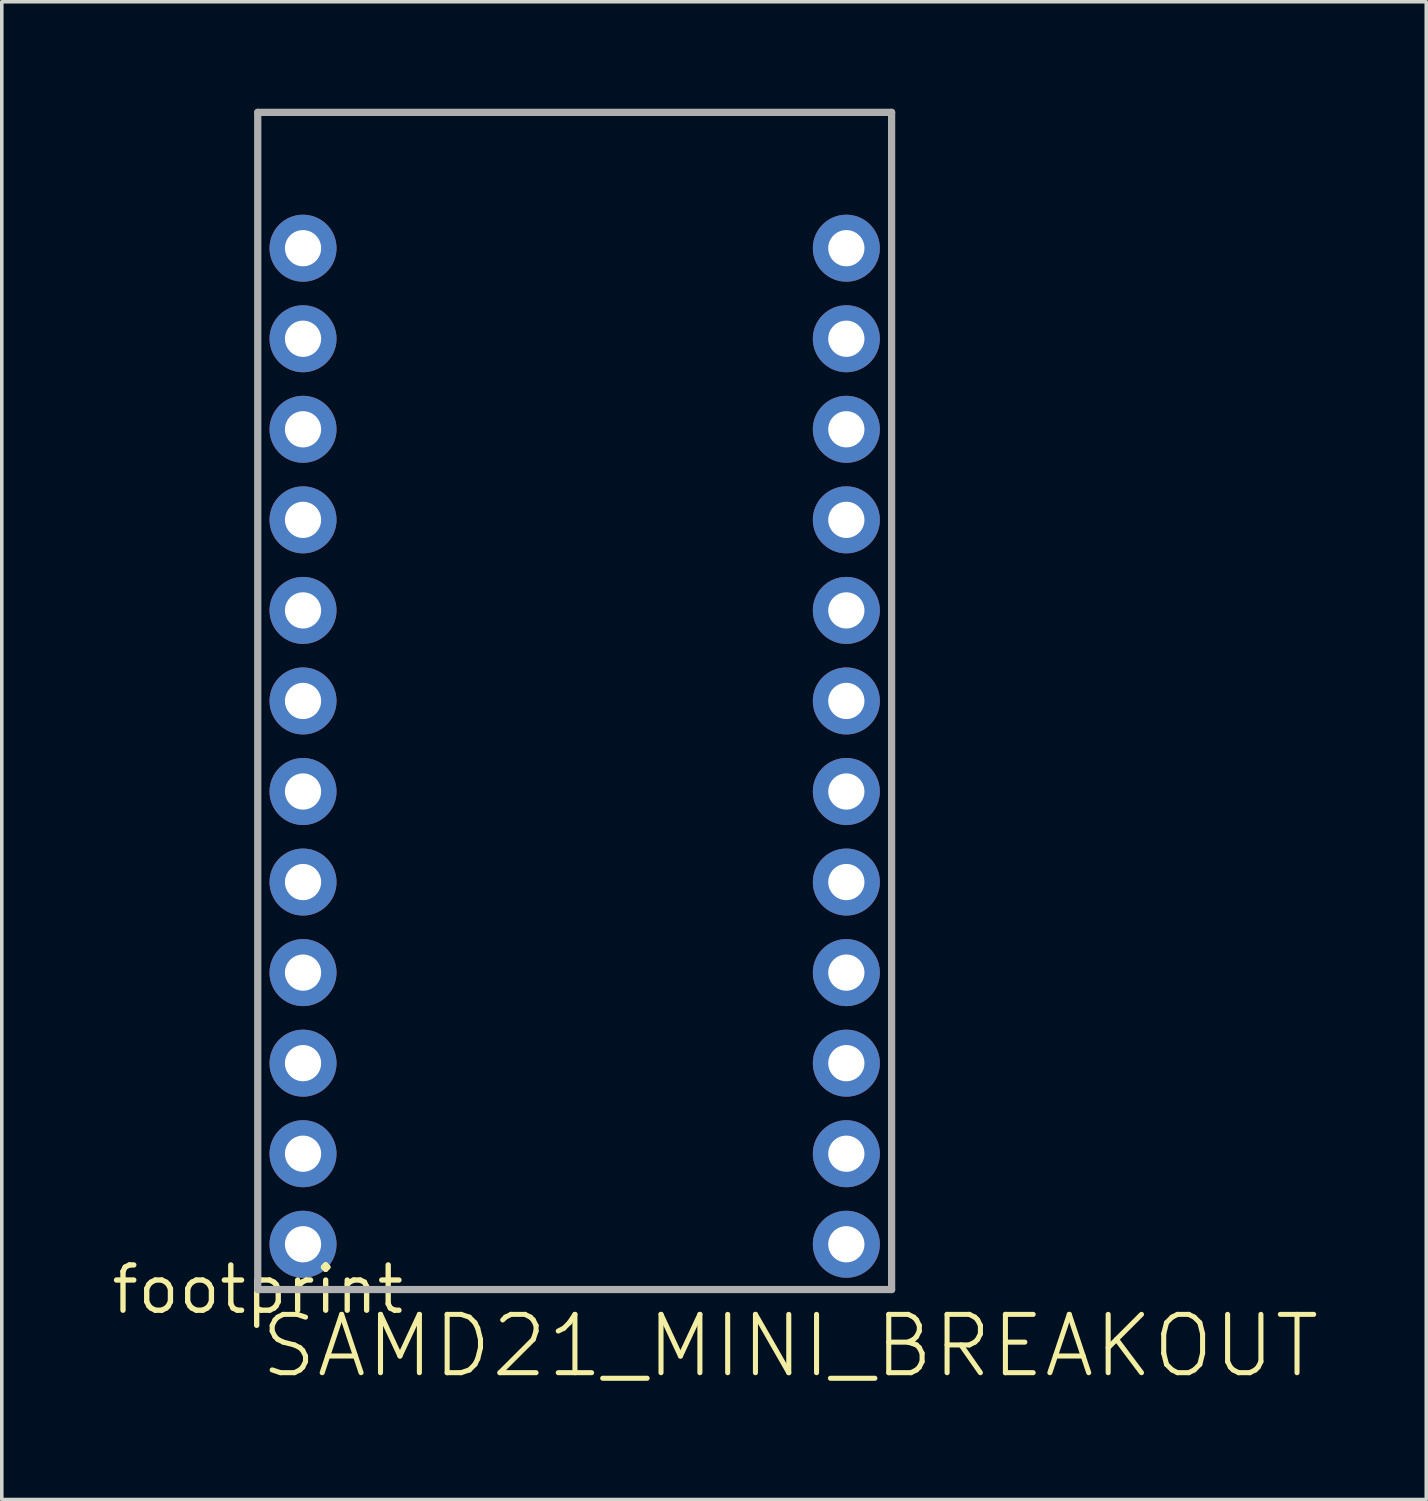
<source format=kicad_pcb>
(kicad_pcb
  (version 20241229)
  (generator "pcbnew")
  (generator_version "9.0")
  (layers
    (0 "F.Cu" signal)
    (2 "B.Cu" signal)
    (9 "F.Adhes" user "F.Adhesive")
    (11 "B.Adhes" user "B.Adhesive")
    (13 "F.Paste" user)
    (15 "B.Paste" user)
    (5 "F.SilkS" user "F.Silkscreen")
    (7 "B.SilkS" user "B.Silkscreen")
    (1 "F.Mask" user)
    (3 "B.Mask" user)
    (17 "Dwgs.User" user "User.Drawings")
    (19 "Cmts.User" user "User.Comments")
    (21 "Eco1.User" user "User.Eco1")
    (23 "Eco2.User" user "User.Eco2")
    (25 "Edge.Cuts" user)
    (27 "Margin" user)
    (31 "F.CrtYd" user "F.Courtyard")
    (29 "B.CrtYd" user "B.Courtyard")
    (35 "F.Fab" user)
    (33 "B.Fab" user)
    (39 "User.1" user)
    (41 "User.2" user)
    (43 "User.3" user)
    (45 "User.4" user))
  (footprint "footprint"
    (layer "F.Cu")
    (at 4.18 33.122)
    (property "Reference" "footprint" (at 0 0 0) (layer "F.SilkS") (effects (font (size 1.27 1.27) (thickness 0.15))))
    (fp_line (start 0 -33.02) (end 17.78 -33.02) (stroke (width 0.203) (type solid)) (layer "F.Fab"))
    (fp_line (start 0 0) (end 0 -33.02) (stroke (width 0.203) (type solid)) (layer "F.Fab"))
    (fp_line (start 17.78 -33.02) (end 17.78 0) (stroke (width 0.203) (type solid)) (layer "F.Fab"))
    (fp_line (start 17.78 0) (end 0 0) (stroke (width 0.203) (type solid)) (layer "F.Fab"))
    (fp_text user "SAMD21_MINI_BREAKOUT" (at 0 2.54 0) (layer "F.SilkS") (effects (font (size 1.636 1.636) (thickness 0.142)) (justify left bottom)))
    (pad "!RESET" thru_hole circle (at 1.27 -24.13 90) (size 1.88 1.88) (drill 1.016) (layers "*.Cu" "*.Mask"))
    (pad "3V3" thru_hole circle (at 16.51 -21.59 90) (size 1.88 1.88) (drill 1.016) (layers "*.Cu" "*.Mask"))
    (pad "AREF" thru_hole circle (at 16.51 -24.13 90) (size 1.88 1.88) (drill 1.016) (layers "*.Cu" "*.Mask"))
    (pad "GND" thru_hole circle (at 1.27 -21.59 90) (size 1.88 1.88) (drill 1.016) (layers "*.Cu" "*.Mask"))
    (pad "GND1" thru_hole circle (at 16.51 -26.67 90) (size 1.88 1.88) (drill 1.016) (layers "*.Cu" "*.Mask"))
    (pad "PA02" thru_hole circle (at 16.51 -11.43 90) (size 1.88 1.88) (drill 1.016) (layers "*.Cu" "*.Mask"))
    (pad "PA04" thru_hole circle (at 16.51 -19.05 90) (size 1.88 1.88) (drill 1.016) (layers "*.Cu" "*.Mask"))
    (pad "PA06" thru_hole circle (at 1.27 -3.81 90) (size 1.88 1.88) (drill 1.016) (layers "*.Cu" "*.Mask"))
    (pad "PA07" thru_hole circle (at 1.27 -1.27 90) (size 1.88 1.88) (drill 1.016) (layers "*.Cu" "*.Mask"))
    (pad "PA08" thru_hole circle (at 1.27 -13.97 90) (size 1.88 1.88) (drill 1.016) (layers "*.Cu" "*.Mask"))
    (pad "PA09" thru_hole circle (at 1.27 -16.51 90) (size 1.88 1.88) (drill 1.016) (layers "*.Cu" "*.Mask"))
    (pad "PA10" thru_hole circle (at 1.27 -29.21 90) (size 1.88 1.88) (drill 1.016) (layers "*.Cu" "*.Mask"))
    (pad "PA11" thru_hole circle (at 1.27 -26.67 90) (size 1.88 1.88) (drill 1.016) (layers "*.Cu" "*.Mask"))
    (pad "PA14" thru_hole circle (at 1.27 -19.05 90) (size 1.88 1.88) (drill 1.016) (layers "*.Cu" "*.Mask"))
    (pad "PA15" thru_hole circle (at 1.27 -11.43 90) (size 1.88 1.88) (drill 1.016) (layers "*.Cu" "*.Mask"))
    (pad "PA16" thru_hole circle (at 16.51 -3.81 90) (size 1.88 1.88) (drill 1.016) (layers "*.Cu" "*.Mask"))
    (pad "PA17" thru_hole circle (at 16.51 -8.89 90) (size 1.88 1.88) (drill 1.016) (layers "*.Cu" "*.Mask"))
    (pad "PA18" thru_hole circle (at 16.51 -1.27 90) (size 1.88 1.88) (drill 1.016) (layers "*.Cu" "*.Mask"))
    (pad "PA19" thru_hole circle (at 16.51 -6.35 90) (size 1.88 1.88) (drill 1.016) (layers "*.Cu" "*.Mask"))
    (pad "PA20" thru_hole circle (at 1.27 -8.89 90) (size 1.88 1.88) (drill 1.016) (layers "*.Cu" "*.Mask"))
    (pad "PA21" thru_hole circle (at 1.27 -6.35 90) (size 1.88 1.88) (drill 1.016) (layers "*.Cu" "*.Mask"))
    (pad "PB08" thru_hole circle (at 16.51 -13.97 90) (size 1.88 1.88) (drill 1.016) (layers "*.Cu" "*.Mask"))
    (pad "PB09" thru_hole circle (at 16.51 -16.51 90) (size 1.88 1.88) (drill 1.016) (layers "*.Cu" "*.Mask"))
    (pad "VIN" thru_hole circle (at 16.51 -29.21 90) (size 1.88 1.88) (drill 1.016) (layers "*.Cu" "*.Mask")))
  (gr_rect
    (start -3 -3)
    (end 36.957 39.012)
    (stroke (width 0.1) (type default))
    (fill no)
    (layer "Edge.Cuts")))
</source>
